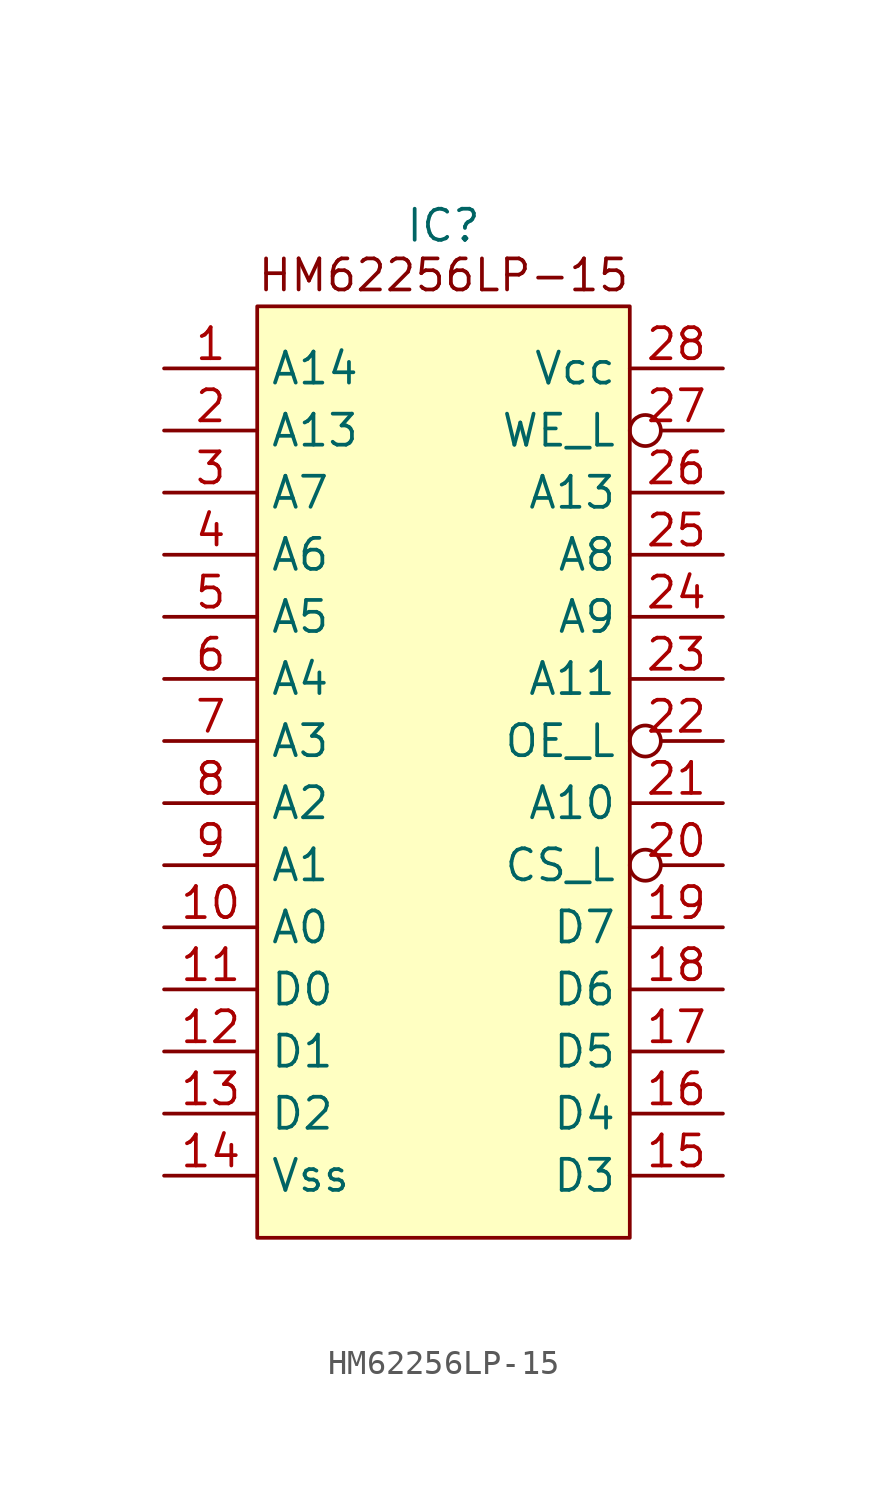
<source format=kicad_sym>
(kicad_symbol_lib
  (version 20231120)
  (generator "kicad_symbol_editor")
  (generator_version "8.0")
  (symbol "HM62256LP-15"
    (property "Reference" "IC"
      (at 0 17.272 0)
      (do_not_autoplace)
      (effects (font (size 1.27 1.27))))
    (property "Value" ""
      (at -2.54 0 0)
      (effects (font (size 1.27 1.27))))
    (symbol "HM62256LP-15_0_1"
      (rectangle (start -7.62 13.97) (end 7.62 -24.13) (stroke (width 0) (type default)) (fill (type background))))
    (symbol "HM62256LP-15_1_1"
      (text "HM62256LP-15" (at 0 15.24 0) (effects (font (size 1.27 1.27))))
      (pin input line (at -11.43 11.43 0) (length 3.81) (name "A14" (effects (font (size 1.27 1.27)))) (number "1" (effects (font (size 1.27 1.27)))))
      (pin input line (at -11.43 -11.43 0) (length 3.81) (name "A0" (effects (font (size 1.27 1.27)))) (number "10" (effects (font (size 1.27 1.27)))))
      (pin input line (at -11.43 -13.97 0) (length 3.81) (name "D0" (effects (font (size 1.27 1.27)))) (number "11" (effects (font (size 1.27 1.27)))))
      (pin input line (at -11.43 -16.51 0) (length 3.81) (name "D1" (effects (font (size 1.27 1.27)))) (number "12" (effects (font (size 1.27 1.27)))))
      (pin input line (at -11.43 -19.05 0) (length 3.81) (name "D2" (effects (font (size 1.27 1.27)))) (number "13" (effects (font (size 1.27 1.27)))))
      (pin input line (at -11.43 -21.59 0) (length 3.81) (name "Vss" (effects (font (size 1.27 1.27)))) (number "14" (effects (font (size 1.27 1.27)))))
      (pin input line (at 11.43 -21.59 180) (length 3.81) (name "D3" (effects (font (size 1.27 1.27)))) (number "15" (effects (font (size 1.27 1.27)))))
      (pin input line (at 11.43 -19.05 180) (length 3.81) (name "D4" (effects (font (size 1.27 1.27)))) (number "16" (effects (font (size 1.27 1.27)))))
      (pin input line (at 11.43 -16.51 180) (length 3.81) (name "D5" (effects (font (size 1.27 1.27)))) (number "17" (effects (font (size 1.27 1.27)))))
      (pin input line (at 11.43 -13.97 180) (length 3.81) (name "D6" (effects (font (size 1.27 1.27)))) (number "18" (effects (font (size 1.27 1.27)))))
      (pin input line (at 11.43 -11.43 180) (length 3.81) (name "D7" (effects (font (size 1.27 1.27)))) (number "19" (effects (font (size 1.27 1.27)))))
      (pin input line (at -11.43 8.89 0) (length 3.81) (name "A13" (effects (font (size 1.27 1.27)))) (number "2" (effects (font (size 1.27 1.27)))))
      (pin input inverted (at 11.43 -8.89 180) (length 3.81) (name "CS_L" (effects (font (size 1.27 1.27)))) (number "20" (effects (font (size 1.27 1.27)))))
      (pin input line (at 11.43 -6.35 180) (length 3.81) (name "A10" (effects (font (size 1.27 1.27)))) (number "21" (effects (font (size 1.27 1.27)))))
      (pin input inverted (at 11.43 -3.81 180) (length 3.81) (name "OE_L" (effects (font (size 1.27 1.27)))) (number "22" (effects (font (size 1.27 1.27)))))
      (pin input line (at 11.43 -1.27 180) (length 3.81) (name "A11" (effects (font (size 1.27 1.27)))) (number "23" (effects (font (size 1.27 1.27)))))
      (pin input line (at 11.43 1.27 180) (length 3.81) (name "A9" (effects (font (size 1.27 1.27)))) (number "24" (effects (font (size 1.27 1.27)))))
      (pin input line (at 11.43 3.81 180) (length 3.81) (name "A8" (effects (font (size 1.27 1.27)))) (number "25" (effects (font (size 1.27 1.27)))))
      (pin input line (at 11.43 6.35 180) (length 3.81) (name "A13" (effects (font (size 1.27 1.27)))) (number "26" (effects (font (size 1.27 1.27)))))
      (pin input inverted (at 11.43 8.89 180) (length 3.81) (name "WE_L" (effects (font (size 1.27 1.27)))) (number "27" (effects (font (size 1.27 1.27)))))
      (pin input line (at 11.43 11.43 180) (length 3.81) (name "Vcc" (effects (font (size 1.27 1.27)))) (number "28" (effects (font (size 1.27 1.27)))))
      (pin input line (at -11.43 6.35 0) (length 3.81) (name "A7" (effects (font (size 1.27 1.27)))) (number "3" (effects (font (size 1.27 1.27)))))
      (pin input line (at -11.43 3.81 0) (length 3.81) (name "A6" (effects (font (size 1.27 1.27)))) (number "4" (effects (font (size 1.27 1.27)))))
      (pin input line (at -11.43 1.27 0) (length 3.81) (name "A5" (effects (font (size 1.27 1.27)))) (number "5" (effects (font (size 1.27 1.27)))))
      (pin input line (at -11.43 -1.27 0) (length 3.81) (name "A4" (effects (font (size 1.27 1.27)))) (number "6" (effects (font (size 1.27 1.27)))))
      (pin input line (at -11.43 -3.81 0) (length 3.81) (name "A3" (effects (font (size 1.27 1.27)))) (number "7" (effects (font (size 1.27 1.27)))))
      (pin input line (at -11.43 -6.35 0) (length 3.81) (name "A2" (effects (font (size 1.27 1.27)))) (number "8" (effects (font (size 1.27 1.27)))))
      (pin input line (at -11.43 -8.89 0) (length 3.81) (name "A1" (effects (font (size 1.27 1.27)))) (number "9" (effects (font (size 1.27 1.27))))))))
</source>
